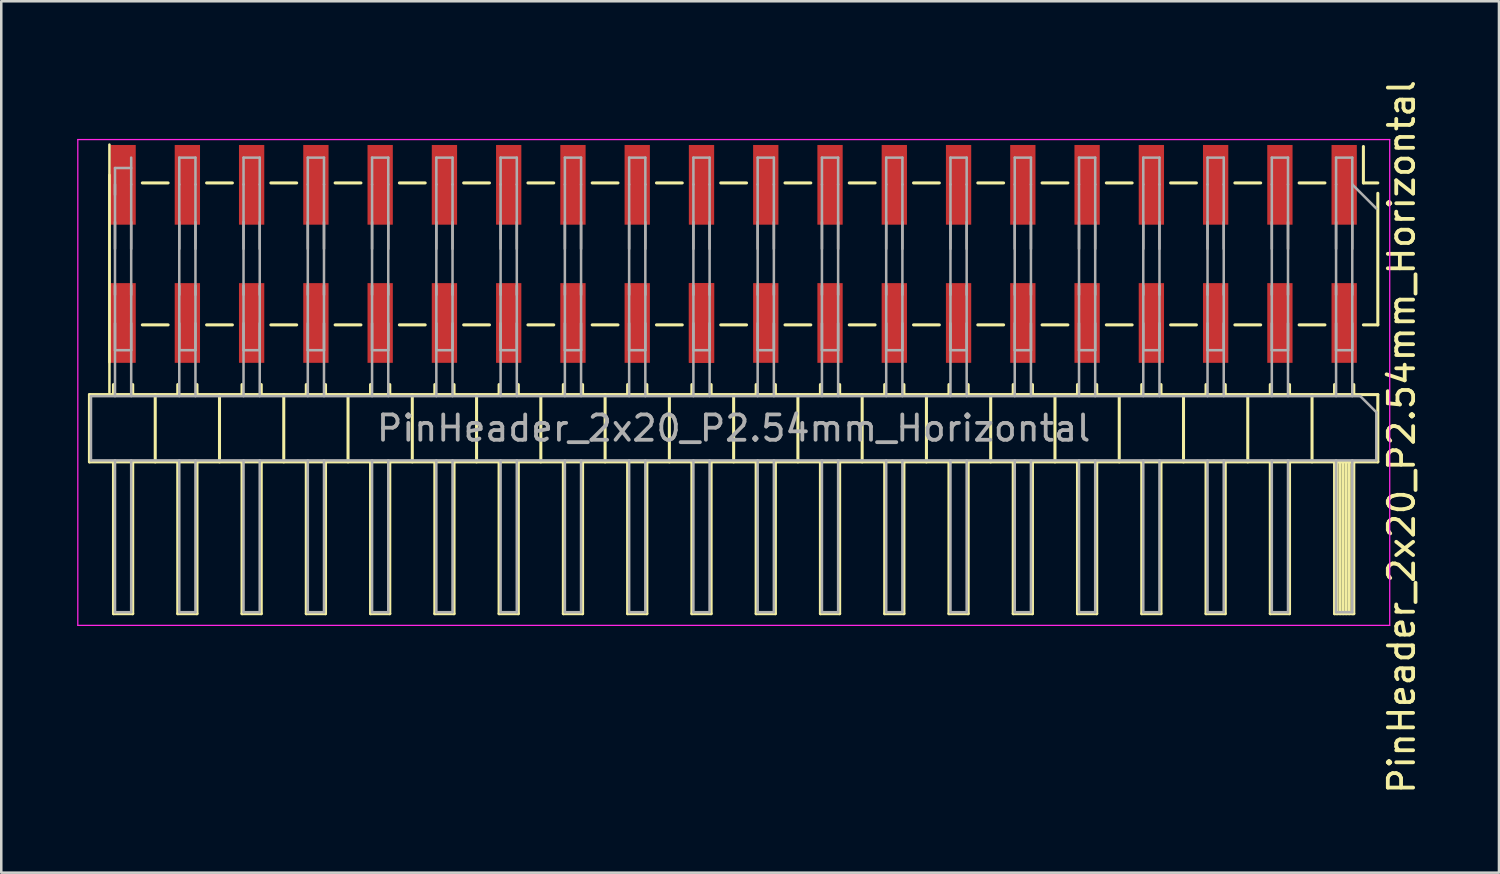
<source format=kicad_pcb>
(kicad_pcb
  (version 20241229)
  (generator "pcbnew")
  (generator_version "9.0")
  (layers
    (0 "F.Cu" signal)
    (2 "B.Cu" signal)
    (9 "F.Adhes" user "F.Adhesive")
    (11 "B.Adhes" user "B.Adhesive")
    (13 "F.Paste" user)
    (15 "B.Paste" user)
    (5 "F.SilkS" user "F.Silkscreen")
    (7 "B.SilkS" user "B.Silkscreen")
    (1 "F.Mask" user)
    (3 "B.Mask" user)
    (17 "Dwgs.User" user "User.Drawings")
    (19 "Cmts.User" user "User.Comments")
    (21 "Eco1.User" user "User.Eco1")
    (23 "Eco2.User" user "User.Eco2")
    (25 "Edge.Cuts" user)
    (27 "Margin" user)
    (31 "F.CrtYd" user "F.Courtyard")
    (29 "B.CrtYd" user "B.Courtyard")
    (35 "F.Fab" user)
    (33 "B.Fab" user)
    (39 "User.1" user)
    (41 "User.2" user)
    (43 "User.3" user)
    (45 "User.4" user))
  (footprint "PinHeader_2x20_P2.54mm_Horizontal"
    (layer "F.Cu")
    (at 25.945 13.076)
    (property "Reference" "PinHeader_2x20_P2.54mm_Horizontal" (at 26.4 1.144 270) (layer "F.SilkS") (effects (font (size 1 1) (thickness 0.15))))
    (attr through_hole)
    (fp_line (start -25.46 -0.531) (end -25.46 2.129) (stroke (width 0.12) (type solid)) (layer "F.SilkS"))
    (fp_line (start -25.46 2.129) (end 25.46 2.129) (stroke (width 0.12) (type solid)) (layer "F.SilkS"))
    (fp_line (start -24.67 -1.811) (end -24.67 -10.411) (stroke (width 0.1) (type default)) (layer "F.SilkS"))
    (fp_line (start -24.67 -0.611) (end -24.67 -9.211) (stroke (width 0.1) (type default)) (layer "F.SilkS"))
    (fp_line (start -24.51 -0.928) (end -24.51 -0.531) (stroke (width 0.12) (type solid)) (layer "F.SilkS"))
    (fp_line (start -24.51 8.129) (end -24.51 2.129) (stroke (width 0.12) (type solid)) (layer "F.SilkS"))
    (fp_line (start -23.75 -0.928) (end -23.75 -0.531) (stroke (width 0.12) (type solid)) (layer "F.SilkS"))
    (fp_line (start -23.75 2.129) (end -23.75 8.129) (stroke (width 0.12) (type solid)) (layer "F.SilkS"))
    (fp_line (start -23.75 8.129) (end -24.51 8.129) (stroke (width 0.12) (type solid)) (layer "F.SilkS"))
    (fp_line (start -22.86 -0.531) (end -22.86 2.129) (stroke (width 0.12) (type solid)) (layer "F.SilkS"))
    (fp_line (start -22.35 -8.896) (end -23.37 -8.896) (stroke (width 0.12) (type solid)) (layer "F.SilkS"))
    (fp_line (start -22.35 -3.286) (end -23.37 -3.286) (stroke (width 0.12) (type solid)) (layer "F.SilkS"))
    (fp_line (start -21.97 -0.928) (end -21.97 -0.531) (stroke (width 0.12) (type solid)) (layer "F.SilkS"))
    (fp_line (start -21.97 8.129) (end -21.97 2.129) (stroke (width 0.12) (type solid)) (layer "F.SilkS"))
    (fp_line (start -21.21 -0.928) (end -21.21 -0.531) (stroke (width 0.12) (type solid)) (layer "F.SilkS"))
    (fp_line (start -21.21 2.129) (end -21.21 8.129) (stroke (width 0.12) (type solid)) (layer "F.SilkS"))
    (fp_line (start -21.21 8.129) (end -21.97 8.129) (stroke (width 0.12) (type solid)) (layer "F.SilkS"))
    (fp_line (start -20.32 -0.531) (end -20.32 2.129) (stroke (width 0.12) (type solid)) (layer "F.SilkS"))
    (fp_line (start -19.81 -8.896) (end -20.83 -8.896) (stroke (width 0.12) (type solid)) (layer "F.SilkS"))
    (fp_line (start -19.81 -3.286) (end -20.83 -3.286) (stroke (width 0.12) (type solid)) (layer "F.SilkS"))
    (fp_line (start -19.43 -0.928) (end -19.43 -0.531) (stroke (width 0.12) (type solid)) (layer "F.SilkS"))
    (fp_line (start -19.43 8.129) (end -19.43 2.129) (stroke (width 0.12) (type solid)) (layer "F.SilkS"))
    (fp_line (start -18.67 -0.928) (end -18.67 -0.531) (stroke (width 0.12) (type solid)) (layer "F.SilkS"))
    (fp_line (start -18.67 2.129) (end -18.67 8.129) (stroke (width 0.12) (type solid)) (layer "F.SilkS"))
    (fp_line (start -18.67 8.129) (end -19.43 8.129) (stroke (width 0.12) (type solid)) (layer "F.SilkS"))
    (fp_line (start -17.78 -0.531) (end -17.78 2.129) (stroke (width 0.12) (type solid)) (layer "F.SilkS"))
    (fp_line (start -17.27 -8.896) (end -18.29 -8.896) (stroke (width 0.12) (type solid)) (layer "F.SilkS"))
    (fp_line (start -17.27 -3.286) (end -18.29 -3.286) (stroke (width 0.12) (type solid)) (layer "F.SilkS"))
    (fp_line (start -16.89 -0.928) (end -16.89 -0.531) (stroke (width 0.12) (type solid)) (layer "F.SilkS"))
    (fp_line (start -16.89 8.129) (end -16.89 2.129) (stroke (width 0.12) (type solid)) (layer "F.SilkS"))
    (fp_line (start -16.13 -0.928) (end -16.13 -0.531) (stroke (width 0.12) (type solid)) (layer "F.SilkS"))
    (fp_line (start -16.13 2.129) (end -16.13 8.129) (stroke (width 0.12) (type solid)) (layer "F.SilkS"))
    (fp_line (start -16.13 8.129) (end -16.89 8.129) (stroke (width 0.12) (type solid)) (layer "F.SilkS"))
    (fp_line (start -15.24 -0.531) (end -15.24 2.129) (stroke (width 0.12) (type solid)) (layer "F.SilkS"))
    (fp_line (start -14.73 -8.896) (end -15.75 -8.896) (stroke (width 0.12) (type solid)) (layer "F.SilkS"))
    (fp_line (start -14.73 -3.286) (end -15.75 -3.286) (stroke (width 0.12) (type solid)) (layer "F.SilkS"))
    (fp_line (start -14.35 -0.928) (end -14.35 -0.531) (stroke (width 0.12) (type solid)) (layer "F.SilkS"))
    (fp_line (start -14.35 8.129) (end -14.35 2.129) (stroke (width 0.12) (type solid)) (layer "F.SilkS"))
    (fp_line (start -13.59 -0.928) (end -13.59 -0.531) (stroke (width 0.12) (type solid)) (layer "F.SilkS"))
    (fp_line (start -13.59 2.129) (end -13.59 8.129) (stroke (width 0.12) (type solid)) (layer "F.SilkS"))
    (fp_line (start -13.59 8.129) (end -14.35 8.129) (stroke (width 0.12) (type solid)) (layer "F.SilkS"))
    (fp_line (start -12.7 -0.531) (end -12.7 2.129) (stroke (width 0.12) (type solid)) (layer "F.SilkS"))
    (fp_line (start -12.19 -8.896) (end -13.21 -8.896) (stroke (width 0.12) (type solid)) (layer "F.SilkS"))
    (fp_line (start -12.19 -3.286) (end -13.21 -3.286) (stroke (width 0.12) (type solid)) (layer "F.SilkS"))
    (fp_line (start -11.81 -0.928) (end -11.81 -0.531) (stroke (width 0.12) (type solid)) (layer "F.SilkS"))
    (fp_line (start -11.81 8.129) (end -11.81 2.129) (stroke (width 0.12) (type solid)) (layer "F.SilkS"))
    (fp_line (start -11.05 -0.928) (end -11.05 -0.531) (stroke (width 0.12) (type solid)) (layer "F.SilkS"))
    (fp_line (start -11.05 2.129) (end -11.05 8.129) (stroke (width 0.12) (type solid)) (layer "F.SilkS"))
    (fp_line (start -11.05 8.129) (end -11.81 8.129) (stroke (width 0.12) (type solid)) (layer "F.SilkS"))
    (fp_line (start -10.16 -0.531) (end -10.16 2.129) (stroke (width 0.12) (type solid)) (layer "F.SilkS"))
    (fp_line (start -9.65 -8.896) (end -10.67 -8.896) (stroke (width 0.12) (type solid)) (layer "F.SilkS"))
    (fp_line (start -9.65 -3.286) (end -10.67 -3.286) (stroke (width 0.12) (type solid)) (layer "F.SilkS"))
    (fp_line (start -9.27 -0.928) (end -9.27 -0.531) (stroke (width 0.12) (type solid)) (layer "F.SilkS"))
    (fp_line (start -9.27 8.129) (end -9.27 2.129) (stroke (width 0.12) (type solid)) (layer "F.SilkS"))
    (fp_line (start -8.51 -0.928) (end -8.51 -0.531) (stroke (width 0.12) (type solid)) (layer "F.SilkS"))
    (fp_line (start -8.51 2.129) (end -8.51 8.129) (stroke (width 0.12) (type solid)) (layer "F.SilkS"))
    (fp_line (start -8.51 8.129) (end -9.27 8.129) (stroke (width 0.12) (type solid)) (layer "F.SilkS"))
    (fp_line (start -7.62 -0.531) (end -7.62 2.129) (stroke (width 0.12) (type solid)) (layer "F.SilkS"))
    (fp_line (start -7.11 -8.896) (end -8.13 -8.896) (stroke (width 0.12) (type solid)) (layer "F.SilkS"))
    (fp_line (start -7.11 -3.286) (end -8.13 -3.286) (stroke (width 0.12) (type solid)) (layer "F.SilkS"))
    (fp_line (start -6.73 -0.928) (end -6.73 -0.531) (stroke (width 0.12) (type solid)) (layer "F.SilkS"))
    (fp_line (start -6.73 8.129) (end -6.73 2.129) (stroke (width 0.12) (type solid)) (layer "F.SilkS"))
    (fp_line (start -5.97 -0.928) (end -5.97 -0.531) (stroke (width 0.12) (type solid)) (layer "F.SilkS"))
    (fp_line (start -5.97 2.129) (end -5.97 8.129) (stroke (width 0.12) (type solid)) (layer "F.SilkS"))
    (fp_line (start -5.97 8.129) (end -6.73 8.129) (stroke (width 0.12) (type solid)) (layer "F.SilkS"))
    (fp_line (start -5.08 -0.531) (end -5.08 2.129) (stroke (width 0.12) (type solid)) (layer "F.SilkS"))
    (fp_line (start -4.57 -8.896) (end -5.59 -8.896) (stroke (width 0.12) (type solid)) (layer "F.SilkS"))
    (fp_line (start -4.57 -3.286) (end -5.59 -3.286) (stroke (width 0.12) (type solid)) (layer "F.SilkS"))
    (fp_line (start -4.19 -0.928) (end -4.19 -0.531) (stroke (width 0.12) (type solid)) (layer "F.SilkS"))
    (fp_line (start -4.19 8.129) (end -4.19 2.129) (stroke (width 0.12) (type solid)) (layer "F.SilkS"))
    (fp_line (start -3.43 -0.928) (end -3.43 -0.531) (stroke (width 0.12) (type solid)) (layer "F.SilkS"))
    (fp_line (start -3.43 2.129) (end -3.43 8.129) (stroke (width 0.12) (type solid)) (layer "F.SilkS"))
    (fp_line (start -3.43 8.129) (end -4.19 8.129) (stroke (width 0.12) (type solid)) (layer "F.SilkS"))
    (fp_line (start -2.54 -0.531) (end -2.54 2.129) (stroke (width 0.12) (type solid)) (layer "F.SilkS"))
    (fp_line (start -2.03 -8.896) (end -3.05 -8.896) (stroke (width 0.12) (type solid)) (layer "F.SilkS"))
    (fp_line (start -2.03 -3.286) (end -3.05 -3.286) (stroke (width 0.12) (type solid)) (layer "F.SilkS"))
    (fp_line (start -1.65 -0.928) (end -1.65 -0.531) (stroke (width 0.12) (type solid)) (layer "F.SilkS"))
    (fp_line (start -1.65 8.129) (end -1.65 2.129) (stroke (width 0.12) (type solid)) (layer "F.SilkS"))
    (fp_line (start -0.89 -0.928) (end -0.89 -0.531) (stroke (width 0.12) (type solid)) (layer "F.SilkS"))
    (fp_line (start -0.89 2.129) (end -0.89 8.129) (stroke (width 0.12) (type solid)) (layer "F.SilkS"))
    (fp_line (start -0.89 8.129) (end -1.65 8.129) (stroke (width 0.12) (type solid)) (layer "F.SilkS"))
    (fp_line (start 0 -0.531) (end 0 2.129) (stroke (width 0.12) (type solid)) (layer "F.SilkS"))
    (fp_line (start 0.51 -8.896) (end -0.51 -8.896) (stroke (width 0.12) (type solid)) (layer "F.SilkS"))
    (fp_line (start 0.51 -3.286) (end -0.51 -3.286) (stroke (width 0.12) (type solid)) (layer "F.SilkS"))
    (fp_line (start 0.89 -0.928) (end 0.89 -0.531) (stroke (width 0.12) (type solid)) (layer "F.SilkS"))
    (fp_line (start 0.89 8.129) (end 0.89 2.129) (stroke (width 0.12) (type solid)) (layer "F.SilkS"))
    (fp_line (start 1.65 -0.928) (end 1.65 -0.531) (stroke (width 0.12) (type solid)) (layer "F.SilkS"))
    (fp_line (start 1.65 2.129) (end 1.65 8.129) (stroke (width 0.12) (type solid)) (layer "F.SilkS"))
    (fp_line (start 1.65 8.129) (end 0.89 8.129) (stroke (width 0.12) (type solid)) (layer "F.SilkS"))
    (fp_line (start 2.54 -0.531) (end 2.54 2.129) (stroke (width 0.12) (type solid)) (layer "F.SilkS"))
    (fp_line (start 3.05 -8.896) (end 2.03 -8.896) (stroke (width 0.12) (type solid)) (layer "F.SilkS"))
    (fp_line (start 3.05 -3.286) (end 2.03 -3.286) (stroke (width 0.12) (type solid)) (layer "F.SilkS"))
    (fp_line (start 3.43 -0.928) (end 3.43 -0.531) (stroke (width 0.12) (type solid)) (layer "F.SilkS"))
    (fp_line (start 3.43 8.129) (end 3.43 2.129) (stroke (width 0.12) (type solid)) (layer "F.SilkS"))
    (fp_line (start 4.19 -0.928) (end 4.19 -0.531) (stroke (width 0.12) (type solid)) (layer "F.SilkS"))
    (fp_line (start 4.19 2.129) (end 4.19 8.129) (stroke (width 0.12) (type solid)) (layer "F.SilkS"))
    (fp_line (start 4.19 8.129) (end 3.43 8.129) (stroke (width 0.12) (type solid)) (layer "F.SilkS"))
    (fp_line (start 5.08 -0.531) (end 5.08 2.129) (stroke (width 0.12) (type solid)) (layer "F.SilkS"))
    (fp_line (start 5.59 -8.896) (end 4.57 -8.896) (stroke (width 0.12) (type solid)) (layer "F.SilkS"))
    (fp_line (start 5.59 -3.286) (end 4.57 -3.286) (stroke (width 0.12) (type solid)) (layer "F.SilkS"))
    (fp_line (start 5.97 -0.928) (end 5.97 -0.531) (stroke (width 0.12) (type solid)) (layer "F.SilkS"))
    (fp_line (start 5.97 8.129) (end 5.97 2.129) (stroke (width 0.12) (type solid)) (layer "F.SilkS"))
    (fp_line (start 6.73 -0.928) (end 6.73 -0.531) (stroke (width 0.12) (type solid)) (layer "F.SilkS"))
    (fp_line (start 6.73 2.129) (end 6.73 8.129) (stroke (width 0.12) (type solid)) (layer "F.SilkS"))
    (fp_line (start 6.73 8.129) (end 5.97 8.129) (stroke (width 0.12) (type solid)) (layer "F.SilkS"))
    (fp_line (start 7.62 -0.531) (end 7.62 2.129) (stroke (width 0.12) (type solid)) (layer "F.SilkS"))
    (fp_line (start 8.13 -8.896) (end 7.11 -8.896) (stroke (width 0.12) (type solid)) (layer "F.SilkS"))
    (fp_line (start 8.13 -3.286) (end 7.11 -3.286) (stroke (width 0.12) (type solid)) (layer "F.SilkS"))
    (fp_line (start 8.51 -0.928) (end 8.51 -0.531) (stroke (width 0.12) (type solid)) (layer "F.SilkS"))
    (fp_line (start 8.51 8.129) (end 8.51 2.129) (stroke (width 0.12) (type solid)) (layer "F.SilkS"))
    (fp_line (start 9.27 -0.928) (end 9.27 -0.531) (stroke (width 0.12) (type solid)) (layer "F.SilkS"))
    (fp_line (start 9.27 2.129) (end 9.27 8.129) (stroke (width 0.12) (type solid)) (layer "F.SilkS"))
    (fp_line (start 9.27 8.129) (end 8.51 8.129) (stroke (width 0.12) (type solid)) (layer "F.SilkS"))
    (fp_line (start 10.16 -0.531) (end 10.16 2.129) (stroke (width 0.12) (type solid)) (layer "F.SilkS"))
    (fp_line (start 10.67 -8.896) (end 9.65 -8.896) (stroke (width 0.12) (type solid)) (layer "F.SilkS"))
    (fp_line (start 10.67 -3.286) (end 9.65 -3.286) (stroke (width 0.12) (type solid)) (layer "F.SilkS"))
    (fp_line (start 11.05 -0.928) (end 11.05 -0.531) (stroke (width 0.12) (type solid)) (layer "F.SilkS"))
    (fp_line (start 11.05 8.129) (end 11.05 2.129) (stroke (width 0.12) (type solid)) (layer "F.SilkS"))
    (fp_line (start 11.81 -0.928) (end 11.81 -0.531) (stroke (width 0.12) (type solid)) (layer "F.SilkS"))
    (fp_line (start 11.81 2.129) (end 11.81 8.129) (stroke (width 0.12) (type solid)) (layer "F.SilkS"))
    (fp_line (start 11.81 8.129) (end 11.05 8.129) (stroke (width 0.12) (type solid)) (layer "F.SilkS"))
    (fp_line (start 12.7 -0.531) (end 12.7 2.129) (stroke (width 0.12) (type solid)) (layer "F.SilkS"))
    (fp_line (start 13.21 -8.896) (end 12.19 -8.896) (stroke (width 0.12) (type solid)) (layer "F.SilkS"))
    (fp_line (start 13.21 -3.286) (end 12.19 -3.286) (stroke (width 0.12) (type solid)) (layer "F.SilkS"))
    (fp_line (start 13.59 -0.928) (end 13.59 -0.531) (stroke (width 0.12) (type solid)) (layer "F.SilkS"))
    (fp_line (start 13.59 8.129) (end 13.59 2.129) (stroke (width 0.12) (type solid)) (layer "F.SilkS"))
    (fp_line (start 14.35 -0.928) (end 14.35 -0.531) (stroke (width 0.12) (type solid)) (layer "F.SilkS"))
    (fp_line (start 14.35 2.129) (end 14.35 8.129) (stroke (width 0.12) (type solid)) (layer "F.SilkS"))
    (fp_line (start 14.35 8.129) (end 13.59 8.129) (stroke (width 0.12) (type solid)) (layer "F.SilkS"))
    (fp_line (start 15.24 -0.531) (end 15.24 2.129) (stroke (width 0.12) (type solid)) (layer "F.SilkS"))
    (fp_line (start 15.75 -8.896) (end 14.73 -8.896) (stroke (width 0.12) (type solid)) (layer "F.SilkS"))
    (fp_line (start 15.75 -3.286) (end 14.73 -3.286) (stroke (width 0.12) (type solid)) (layer "F.SilkS"))
    (fp_line (start 16.13 -0.928) (end 16.13 -0.531) (stroke (width 0.12) (type solid)) (layer "F.SilkS"))
    (fp_line (start 16.13 8.129) (end 16.13 2.129) (stroke (width 0.12) (type solid)) (layer "F.SilkS"))
    (fp_line (start 16.89 -0.928) (end 16.89 -0.531) (stroke (width 0.12) (type solid)) (layer "F.SilkS"))
    (fp_line (start 16.89 2.129) (end 16.89 8.129) (stroke (width 0.12) (type solid)) (layer "F.SilkS"))
    (fp_line (start 16.89 8.129) (end 16.13 8.129) (stroke (width 0.12) (type solid)) (layer "F.SilkS"))
    (fp_line (start 17.78 -0.531) (end 17.78 2.129) (stroke (width 0.12) (type solid)) (layer "F.SilkS"))
    (fp_line (start 18.29 -8.896) (end 17.27 -8.896) (stroke (width 0.12) (type solid)) (layer "F.SilkS"))
    (fp_line (start 18.29 -3.286) (end 17.27 -3.286) (stroke (width 0.12) (type solid)) (layer "F.SilkS"))
    (fp_line (start 18.67 -0.928) (end 18.67 -0.531) (stroke (width 0.12) (type solid)) (layer "F.SilkS"))
    (fp_line (start 18.67 8.129) (end 18.67 2.129) (stroke (width 0.12) (type solid)) (layer "F.SilkS"))
    (fp_line (start 19.43 -0.928) (end 19.43 -0.531) (stroke (width 0.12) (type solid)) (layer "F.SilkS"))
    (fp_line (start 19.43 2.129) (end 19.43 8.129) (stroke (width 0.12) (type solid)) (layer "F.SilkS"))
    (fp_line (start 19.43 8.129) (end 18.67 8.129) (stroke (width 0.12) (type solid)) (layer "F.SilkS"))
    (fp_line (start 20.32 -0.531) (end 20.32 2.129) (stroke (width 0.12) (type solid)) (layer "F.SilkS"))
    (fp_line (start 20.83 -8.896) (end 19.81 -8.896) (stroke (width 0.12) (type solid)) (layer "F.SilkS"))
    (fp_line (start 20.83 -3.286) (end 19.81 -3.286) (stroke (width 0.12) (type solid)) (layer "F.SilkS"))
    (fp_line (start 21.21 -0.928) (end 21.21 -0.531) (stroke (width 0.12) (type solid)) (layer "F.SilkS"))
    (fp_line (start 21.21 8.129) (end 21.21 2.129) (stroke (width 0.12) (type solid)) (layer "F.SilkS"))
    (fp_line (start 21.97 -0.928) (end 21.97 -0.531) (stroke (width 0.12) (type solid)) (layer "F.SilkS"))
    (fp_line (start 21.97 2.129) (end 21.97 8.129) (stroke (width 0.12) (type solid)) (layer "F.SilkS"))
    (fp_line (start 21.97 8.129) (end 21.21 8.129) (stroke (width 0.12) (type solid)) (layer "F.SilkS"))
    (fp_line (start 22.86 -0.531) (end 22.86 2.129) (stroke (width 0.12) (type solid)) (layer "F.SilkS"))
    (fp_line (start 23.37 -8.896) (end 22.35 -8.896) (stroke (width 0.12) (type solid)) (layer "F.SilkS"))
    (fp_line (start 23.37 -3.286) (end 22.35 -3.286) (stroke (width 0.12) (type solid)) (layer "F.SilkS"))
    (fp_line (start 23.75 -0.928) (end 23.75 -0.531) (stroke (width 0.12) (type solid)) (layer "F.SilkS"))
    (fp_line (start 23.75 8.129) (end 23.75 2.129) (stroke (width 0.12) (type solid)) (layer "F.SilkS"))
    (fp_line (start 23.85 2.129) (end 23.85 8.129) (stroke (width 0.12) (type solid)) (layer "F.SilkS"))
    (fp_line (start 23.97 2.129) (end 23.97 8.129) (stroke (width 0.12) (type solid)) (layer "F.SilkS"))
    (fp_line (start 24.09 2.129) (end 24.09 8.129) (stroke (width 0.12) (type solid)) (layer "F.SilkS"))
    (fp_line (start 24.21 2.129) (end 24.21 8.129) (stroke (width 0.12) (type solid)) (layer "F.SilkS"))
    (fp_line (start 24.33 2.129) (end 24.33 8.129) (stroke (width 0.12) (type solid)) (layer "F.SilkS"))
    (fp_line (start 24.45 2.129) (end 24.45 8.129) (stroke (width 0.12) (type solid)) (layer "F.SilkS"))
    (fp_line (start 24.51 -0.928) (end 24.51 -0.531) (stroke (width 0.12) (type solid)) (layer "F.SilkS"))
    (fp_line (start 24.51 2.129) (end 24.51 8.129) (stroke (width 0.12) (type solid)) (layer "F.SilkS"))
    (fp_line (start 24.51 8.129) (end 23.75 8.129) (stroke (width 0.12) (type solid)) (layer "F.SilkS"))
    (fp_line (start 24.89 -10.336) (end 24.89 -8.896) (stroke (width 0.12) (type solid)) (layer "F.SilkS"))
    (fp_line (start 25.46 -8.896) (end 24.89 -8.896) (stroke (width 0.12) (type solid)) (layer "F.SilkS"))
    (fp_line (start 25.46 -8.486) (end 25.46 -3.286) (stroke (width 0.12) (type solid)) (layer "F.SilkS"))
    (fp_line (start 25.46 -3.286) (end 24.89 -3.286) (stroke (width 0.12) (type solid)) (layer "F.SilkS"))
    (fp_line (start 25.46 -0.531) (end -25.46 -0.531) (stroke (width 0.12) (type solid)) (layer "F.SilkS"))
    (fp_line (start 25.46 2.129) (end 25.46 -0.531) (stroke (width 0.12) (type solid)) (layer "F.SilkS"))
    (fp_line (start -25.92 -10.611) (end -25.92 8.589) (stroke (width 0.05) (type solid)) (layer "F.CrtYd"))
    (fp_line (start -25.92 8.589) (end 25.93 8.589) (stroke (width 0.05) (type solid)) (layer "F.CrtYd"))
    (fp_line (start 25.93 -10.611) (end -25.92 -10.611) (stroke (width 0.05) (type solid)) (layer "F.CrtYd"))
    (fp_line (start 25.93 8.589) (end 25.93 -10.611) (stroke (width 0.05) (type solid)) (layer "F.CrtYd"))
    (fp_line (start -25.4 -0.471) (end 24.765 -0.471) (stroke (width 0.1) (type solid)) (layer "F.Fab"))
    (fp_line (start -25.4 2.069) (end -25.4 -0.471) (stroke (width 0.1) (type solid)) (layer "F.Fab"))
    (fp_line (start -24.45 -9.486) (end -24.45 -8.426) (stroke (width 0.1) (type solid)) (layer "F.Fab"))
    (fp_line (start -24.45 -8.836) (end -24.45 -4.476) (stroke (width 0.1) (type solid)) (layer "F.Fab"))
    (fp_line (start -24.45 -6.291) (end -24.45 -7.351) (stroke (width 0.1) (type solid)) (layer "F.Fab"))
    (fp_line (start -24.45 -4.831) (end -24.45 -0.471) (stroke (width 0.1) (type solid)) (layer "F.Fab"))
    (fp_line (start -24.45 -2.286) (end -24.45 -3.346) (stroke (width 0.1) (type solid)) (layer "F.Fab"))
    (fp_line (start -24.45 2.069) (end -24.45 8.069) (stroke (width 0.1) (type solid)) (layer "F.Fab"))
    (fp_line (start -23.81 -9.486) (end -24.45 -9.486) (stroke (width 0.1) (type solid)) (layer "F.Fab"))
    (fp_line (start -23.81 -8.836) (end -23.81 -9.896) (stroke (width 0.1) (type solid)) (layer "F.Fab"))
    (fp_line (start -23.81 -8.836) (end -23.81 -4.476) (stroke (width 0.1) (type solid)) (layer "F.Fab"))
    (fp_line (start -23.81 -7.351) (end -23.81 -6.291) (stroke (width 0.1) (type solid)) (layer "F.Fab"))
    (fp_line (start -23.81 -4.831) (end -23.81 -0.471) (stroke (width 0.1) (type solid)) (layer "F.Fab"))
    (fp_line (start -23.81 -3.346) (end -23.81 -2.286) (stroke (width 0.1) (type solid)) (layer "F.Fab"))
    (fp_line (start -23.81 -2.286) (end -24.45 -2.286) (stroke (width 0.1) (type solid)) (layer "F.Fab"))
    (fp_line (start -23.81 2.069) (end -23.81 8.069) (stroke (width 0.1) (type solid)) (layer "F.Fab"))
    (fp_line (start -23.81 8.069) (end -24.45 8.069) (stroke (width 0.1) (type solid)) (layer "F.Fab"))
    (fp_line (start -21.91 -9.896) (end -21.91 -8.836) (stroke (width 0.1) (type solid)) (layer "F.Fab"))
    (fp_line (start -21.91 -8.836) (end -21.91 -4.476) (stroke (width 0.1) (type solid)) (layer "F.Fab"))
    (fp_line (start -21.91 -6.291) (end -21.91 -7.351) (stroke (width 0.1) (type solid)) (layer "F.Fab"))
    (fp_line (start -21.91 -4.831) (end -21.91 -0.471) (stroke (width 0.1) (type solid)) (layer "F.Fab"))
    (fp_line (start -21.91 -2.286) (end -21.91 -3.346) (stroke (width 0.1) (type solid)) (layer "F.Fab"))
    (fp_line (start -21.91 2.069) (end -21.91 8.069) (stroke (width 0.1) (type solid)) (layer "F.Fab"))
    (fp_line (start -21.27 -9.896) (end -21.91 -9.896) (stroke (width 0.1) (type solid)) (layer "F.Fab"))
    (fp_line (start -21.27 -8.836) (end -21.27 -9.896) (stroke (width 0.1) (type solid)) (layer "F.Fab"))
    (fp_line (start -21.27 -8.836) (end -21.27 -4.476) (stroke (width 0.1) (type solid)) (layer "F.Fab"))
    (fp_line (start -21.27 -7.351) (end -21.27 -6.291) (stroke (width 0.1) (type solid)) (layer "F.Fab"))
    (fp_line (start -21.27 -4.831) (end -21.27 -0.471) (stroke (width 0.1) (type solid)) (layer "F.Fab"))
    (fp_line (start -21.27 -3.346) (end -21.27 -2.286) (stroke (width 0.1) (type solid)) (layer "F.Fab"))
    (fp_line (start -21.27 -2.286) (end -21.91 -2.286) (stroke (width 0.1) (type solid)) (layer "F.Fab"))
    (fp_line (start -21.27 2.069) (end -21.27 8.069) (stroke (width 0.1) (type solid)) (layer "F.Fab"))
    (fp_line (start -21.27 8.069) (end -21.91 8.069) (stroke (width 0.1) (type solid)) (layer "F.Fab"))
    (fp_line (start -19.37 -9.896) (end -19.37 -8.836) (stroke (width 0.1) (type solid)) (layer "F.Fab"))
    (fp_line (start -19.37 -8.836) (end -19.37 -4.476) (stroke (width 0.1) (type solid)) (layer "F.Fab"))
    (fp_line (start -19.37 -6.291) (end -19.37 -7.351) (stroke (width 0.1) (type solid)) (layer "F.Fab"))
    (fp_line (start -19.37 -4.831) (end -19.37 -0.471) (stroke (width 0.1) (type solid)) (layer "F.Fab"))
    (fp_line (start -19.37 -2.286) (end -19.37 -3.346) (stroke (width 0.1) (type solid)) (layer "F.Fab"))
    (fp_line (start -19.37 2.069) (end -19.37 8.069) (stroke (width 0.1) (type solid)) (layer "F.Fab"))
    (fp_line (start -18.73 -9.896) (end -19.37 -9.896) (stroke (width 0.1) (type solid)) (layer "F.Fab"))
    (fp_line (start -18.73 -8.836) (end -18.73 -9.896) (stroke (width 0.1) (type solid)) (layer "F.Fab"))
    (fp_line (start -18.73 -8.836) (end -18.73 -4.476) (stroke (width 0.1) (type solid)) (layer "F.Fab"))
    (fp_line (start -18.73 -7.351) (end -18.73 -6.291) (stroke (width 0.1) (type solid)) (layer "F.Fab"))
    (fp_line (start -18.73 -4.831) (end -18.73 -0.471) (stroke (width 0.1) (type solid)) (layer "F.Fab"))
    (fp_line (start -18.73 -3.346) (end -18.73 -2.286) (stroke (width 0.1) (type solid)) (layer "F.Fab"))
    (fp_line (start -18.73 -2.286) (end -19.37 -2.286) (stroke (width 0.1) (type solid)) (layer "F.Fab"))
    (fp_line (start -18.73 2.069) (end -18.73 8.069) (stroke (width 0.1) (type solid)) (layer "F.Fab"))
    (fp_line (start -18.73 8.069) (end -19.37 8.069) (stroke (width 0.1) (type solid)) (layer "F.Fab"))
    (fp_line (start -16.83 -9.896) (end -16.83 -8.836) (stroke (width 0.1) (type solid)) (layer "F.Fab"))
    (fp_line (start -16.83 -8.836) (end -16.83 -4.476) (stroke (width 0.1) (type solid)) (layer "F.Fab"))
    (fp_line (start -16.83 -6.291) (end -16.83 -7.351) (stroke (width 0.1) (type solid)) (layer "F.Fab"))
    (fp_line (start -16.83 -4.831) (end -16.83 -0.471) (stroke (width 0.1) (type solid)) (layer "F.Fab"))
    (fp_line (start -16.83 -2.286) (end -16.83 -3.346) (stroke (width 0.1) (type solid)) (layer "F.Fab"))
    (fp_line (start -16.83 2.069) (end -16.83 8.069) (stroke (width 0.1) (type solid)) (layer "F.Fab"))
    (fp_line (start -16.19 -9.896) (end -16.83 -9.896) (stroke (width 0.1) (type solid)) (layer "F.Fab"))
    (fp_line (start -16.19 -8.836) (end -16.19 -9.896) (stroke (width 0.1) (type solid)) (layer "F.Fab"))
    (fp_line (start -16.19 -8.836) (end -16.19 -4.476) (stroke (width 0.1) (type solid)) (layer "F.Fab"))
    (fp_line (start -16.19 -7.351) (end -16.19 -6.291) (stroke (width 0.1) (type solid)) (layer "F.Fab"))
    (fp_line (start -16.19 -4.831) (end -16.19 -0.471) (stroke (width 0.1) (type solid)) (layer "F.Fab"))
    (fp_line (start -16.19 -3.346) (end -16.19 -2.286) (stroke (width 0.1) (type solid)) (layer "F.Fab"))
    (fp_line (start -16.19 -2.286) (end -16.83 -2.286) (stroke (width 0.1) (type solid)) (layer "F.Fab"))
    (fp_line (start -16.19 2.069) (end -16.19 8.069) (stroke (width 0.1) (type solid)) (layer "F.Fab"))
    (fp_line (start -16.19 8.069) (end -16.83 8.069) (stroke (width 0.1) (type solid)) (layer "F.Fab"))
    (fp_line (start -14.29 -9.896) (end -14.29 -8.836) (stroke (width 0.1) (type solid)) (layer "F.Fab"))
    (fp_line (start -14.29 -8.836) (end -14.29 -4.476) (stroke (width 0.1) (type solid)) (layer "F.Fab"))
    (fp_line (start -14.29 -6.291) (end -14.29 -7.351) (stroke (width 0.1) (type solid)) (layer "F.Fab"))
    (fp_line (start -14.29 -4.831) (end -14.29 -0.471) (stroke (width 0.1) (type solid)) (layer "F.Fab"))
    (fp_line (start -14.29 -2.286) (end -14.29 -3.346) (stroke (width 0.1) (type solid)) (layer "F.Fab"))
    (fp_line (start -14.29 2.069) (end -14.29 8.069) (stroke (width 0.1) (type solid)) (layer "F.Fab"))
    (fp_line (start -13.65 -9.896) (end -14.29 -9.896) (stroke (width 0.1) (type solid)) (layer "F.Fab"))
    (fp_line (start -13.65 -8.836) (end -13.65 -9.896) (stroke (width 0.1) (type solid)) (layer "F.Fab"))
    (fp_line (start -13.65 -8.836) (end -13.65 -4.476) (stroke (width 0.1) (type solid)) (layer "F.Fab"))
    (fp_line (start -13.65 -7.351) (end -13.65 -6.291) (stroke (width 0.1) (type solid)) (layer "F.Fab"))
    (fp_line (start -13.65 -4.831) (end -13.65 -0.471) (stroke (width 0.1) (type solid)) (layer "F.Fab"))
    (fp_line (start -13.65 -3.346) (end -13.65 -2.286) (stroke (width 0.1) (type solid)) (layer "F.Fab"))
    (fp_line (start -13.65 -2.286) (end -14.29 -2.286) (stroke (width 0.1) (type solid)) (layer "F.Fab"))
    (fp_line (start -13.65 2.069) (end -13.65 8.069) (stroke (width 0.1) (type solid)) (layer "F.Fab"))
    (fp_line (start -13.65 8.069) (end -14.29 8.069) (stroke (width 0.1) (type solid)) (layer "F.Fab"))
    (fp_line (start -11.75 -9.896) (end -11.75 -8.836) (stroke (width 0.1) (type solid)) (layer "F.Fab"))
    (fp_line (start -11.75 -8.836) (end -11.75 -4.476) (stroke (width 0.1) (type solid)) (layer "F.Fab"))
    (fp_line (start -11.75 -6.291) (end -11.75 -7.351) (stroke (width 0.1) (type solid)) (layer "F.Fab"))
    (fp_line (start -11.75 -4.831) (end -11.75 -0.471) (stroke (width 0.1) (type solid)) (layer "F.Fab"))
    (fp_line (start -11.75 -2.286) (end -11.75 -3.346) (stroke (width 0.1) (type solid)) (layer "F.Fab"))
    (fp_line (start -11.75 2.069) (end -11.75 8.069) (stroke (width 0.1) (type solid)) (layer "F.Fab"))
    (fp_line (start -11.11 -9.896) (end -11.75 -9.896) (stroke (width 0.1) (type solid)) (layer "F.Fab"))
    (fp_line (start -11.11 -8.836) (end -11.11 -9.896) (stroke (width 0.1) (type solid)) (layer "F.Fab"))
    (fp_line (start -11.11 -8.836) (end -11.11 -4.476) (stroke (width 0.1) (type solid)) (layer "F.Fab"))
    (fp_line (start -11.11 -7.351) (end -11.11 -6.291) (stroke (width 0.1) (type solid)) (layer "F.Fab"))
    (fp_line (start -11.11 -4.831) (end -11.11 -0.471) (stroke (width 0.1) (type solid)) (layer "F.Fab"))
    (fp_line (start -11.11 -3.346) (end -11.11 -2.286) (stroke (width 0.1) (type solid)) (layer "F.Fab"))
    (fp_line (start -11.11 -2.286) (end -11.75 -2.286) (stroke (width 0.1) (type solid)) (layer "F.Fab"))
    (fp_line (start -11.11 2.069) (end -11.11 8.069) (stroke (width 0.1) (type solid)) (layer "F.Fab"))
    (fp_line (start -11.11 8.069) (end -11.75 8.069) (stroke (width 0.1) (type solid)) (layer "F.Fab"))
    (fp_line (start -9.21 -9.896) (end -9.21 -8.836) (stroke (width 0.1) (type solid)) (layer "F.Fab"))
    (fp_line (start -9.21 -8.836) (end -9.21 -4.476) (stroke (width 0.1) (type solid)) (layer "F.Fab"))
    (fp_line (start -9.21 -6.291) (end -9.21 -7.351) (stroke (width 0.1) (type solid)) (layer "F.Fab"))
    (fp_line (start -9.21 -4.831) (end -9.21 -0.471) (stroke (width 0.1) (type solid)) (layer "F.Fab"))
    (fp_line (start -9.21 -2.286) (end -9.21 -3.346) (stroke (width 0.1) (type solid)) (layer "F.Fab"))
    (fp_line (start -9.21 2.069) (end -9.21 8.069) (stroke (width 0.1) (type solid)) (layer "F.Fab"))
    (fp_line (start -8.57 -9.896) (end -9.21 -9.896) (stroke (width 0.1) (type solid)) (layer "F.Fab"))
    (fp_line (start -8.57 -8.836) (end -8.57 -9.896) (stroke (width 0.1) (type solid)) (layer "F.Fab"))
    (fp_line (start -8.57 -8.836) (end -8.57 -4.476) (stroke (width 0.1) (type solid)) (layer "F.Fab"))
    (fp_line (start -8.57 -7.351) (end -8.57 -6.291) (stroke (width 0.1) (type solid)) (layer "F.Fab"))
    (fp_line (start -8.57 -4.831) (end -8.57 -0.471) (stroke (width 0.1) (type solid)) (layer "F.Fab"))
    (fp_line (start -8.57 -3.346) (end -8.57 -2.286) (stroke (width 0.1) (type solid)) (layer "F.Fab"))
    (fp_line (start -8.57 -2.286) (end -9.21 -2.286) (stroke (width 0.1) (type solid)) (layer "F.Fab"))
    (fp_line (start -8.57 2.069) (end -8.57 8.069) (stroke (width 0.1) (type solid)) (layer "F.Fab"))
    (fp_line (start -8.57 8.069) (end -9.21 8.069) (stroke (width 0.1) (type solid)) (layer "F.Fab"))
    (fp_line (start -6.67 -9.896) (end -6.67 -8.836) (stroke (width 0.1) (type solid)) (layer "F.Fab"))
    (fp_line (start -6.67 -8.836) (end -6.67 -4.476) (stroke (width 0.1) (type solid)) (layer "F.Fab"))
    (fp_line (start -6.67 -6.291) (end -6.67 -7.351) (stroke (width 0.1) (type solid)) (layer "F.Fab"))
    (fp_line (start -6.67 -4.831) (end -6.67 -0.471) (stroke (width 0.1) (type solid)) (layer "F.Fab"))
    (fp_line (start -6.67 -2.286) (end -6.67 -3.346) (stroke (width 0.1) (type solid)) (layer "F.Fab"))
    (fp_line (start -6.67 2.069) (end -6.67 8.069) (stroke (width 0.1) (type solid)) (layer "F.Fab"))
    (fp_line (start -6.03 -9.896) (end -6.67 -9.896) (stroke (width 0.1) (type solid)) (layer "F.Fab"))
    (fp_line (start -6.03 -8.836) (end -6.03 -9.896) (stroke (width 0.1) (type solid)) (layer "F.Fab"))
    (fp_line (start -6.03 -8.836) (end -6.03 -4.476) (stroke (width 0.1) (type solid)) (layer "F.Fab"))
    (fp_line (start -6.03 -7.351) (end -6.03 -6.291) (stroke (width 0.1) (type solid)) (layer "F.Fab"))
    (fp_line (start -6.03 -4.831) (end -6.03 -0.471) (stroke (width 0.1) (type solid)) (layer "F.Fab"))
    (fp_line (start -6.03 -3.346) (end -6.03 -2.286) (stroke (width 0.1) (type solid)) (layer "F.Fab"))
    (fp_line (start -6.03 -2.286) (end -6.67 -2.286) (stroke (width 0.1) (type solid)) (layer "F.Fab"))
    (fp_line (start -6.03 2.069) (end -6.03 8.069) (stroke (width 0.1) (type solid)) (layer "F.Fab"))
    (fp_line (start -6.03 8.069) (end -6.67 8.069) (stroke (width 0.1) (type solid)) (layer "F.Fab"))
    (fp_line (start -4.13 -9.896) (end -4.13 -8.836) (stroke (width 0.1) (type solid)) (layer "F.Fab"))
    (fp_line (start -4.13 -8.836) (end -4.13 -4.476) (stroke (width 0.1) (type solid)) (layer "F.Fab"))
    (fp_line (start -4.13 -6.291) (end -4.13 -7.351) (stroke (width 0.1) (type solid)) (layer "F.Fab"))
    (fp_line (start -4.13 -4.831) (end -4.13 -0.471) (stroke (width 0.1) (type solid)) (layer "F.Fab"))
    (fp_line (start -4.13 -2.286) (end -4.13 -3.346) (stroke (width 0.1) (type solid)) (layer "F.Fab"))
    (fp_line (start -4.13 2.069) (end -4.13 8.069) (stroke (width 0.1) (type solid)) (layer "F.Fab"))
    (fp_line (start -3.49 -9.896) (end -4.13 -9.896) (stroke (width 0.1) (type solid)) (layer "F.Fab"))
    (fp_line (start -3.49 -8.836) (end -3.49 -9.896) (stroke (width 0.1) (type solid)) (layer "F.Fab"))
    (fp_line (start -3.49 -8.836) (end -3.49 -4.476) (stroke (width 0.1) (type solid)) (layer "F.Fab"))
    (fp_line (start -3.49 -7.351) (end -3.49 -6.291) (stroke (width 0.1) (type solid)) (layer "F.Fab"))
    (fp_line (start -3.49 -4.831) (end -3.49 -0.471) (stroke (width 0.1) (type solid)) (layer "F.Fab"))
    (fp_line (start -3.49 -3.346) (end -3.49 -2.286) (stroke (width 0.1) (type solid)) (layer "F.Fab"))
    (fp_line (start -3.49 -2.286) (end -4.13 -2.286) (stroke (width 0.1) (type solid)) (layer "F.Fab"))
    (fp_line (start -3.49 2.069) (end -3.49 8.069) (stroke (width 0.1) (type solid)) (layer "F.Fab"))
    (fp_line (start -3.49 8.069) (end -4.13 8.069) (stroke (width 0.1) (type solid)) (layer "F.Fab"))
    (fp_line (start -1.59 -9.896) (end -1.59 -8.836) (stroke (width 0.1) (type solid)) (layer "F.Fab"))
    (fp_line (start -1.59 -8.836) (end -1.59 -4.476) (stroke (width 0.1) (type solid)) (layer "F.Fab"))
    (fp_line (start -1.59 -6.291) (end -1.59 -7.351) (stroke (width 0.1) (type solid)) (layer "F.Fab"))
    (fp_line (start -1.59 -4.831) (end -1.59 -0.471) (stroke (width 0.1) (type solid)) (layer "F.Fab"))
    (fp_line (start -1.59 -2.286) (end -1.59 -3.346) (stroke (width 0.1) (type solid)) (layer "F.Fab"))
    (fp_line (start -1.59 2.069) (end -1.59 8.069) (stroke (width 0.1) (type solid)) (layer "F.Fab"))
    (fp_line (start -0.95 -9.896) (end -1.59 -9.896) (stroke (width 0.1) (type solid)) (layer "F.Fab"))
    (fp_line (start -0.95 -8.836) (end -0.95 -9.896) (stroke (width 0.1) (type solid)) (layer "F.Fab"))
    (fp_line (start -0.95 -8.836) (end -0.95 -4.476) (stroke (width 0.1) (type solid)) (layer "F.Fab"))
    (fp_line (start -0.95 -7.351) (end -0.95 -6.291) (stroke (width 0.1) (type solid)) (layer "F.Fab"))
    (fp_line (start -0.95 -4.831) (end -0.95 -0.471) (stroke (width 0.1) (type solid)) (layer "F.Fab"))
    (fp_line (start -0.95 -3.346) (end -0.95 -2.286) (stroke (width 0.1) (type solid)) (layer "F.Fab"))
    (fp_line (start -0.95 -2.286) (end -1.59 -2.286) (stroke (width 0.1) (type solid)) (layer "F.Fab"))
    (fp_line (start -0.95 2.069) (end -0.95 8.069) (stroke (width 0.1) (type solid)) (layer "F.Fab"))
    (fp_line (start -0.95 8.069) (end -1.59 8.069) (stroke (width 0.1) (type solid)) (layer "F.Fab"))
    (fp_line (start 0.95 -9.896) (end 0.95 -8.836) (stroke (width 0.1) (type solid)) (layer "F.Fab"))
    (fp_line (start 0.95 -8.836) (end 0.95 -4.476) (stroke (width 0.1) (type solid)) (layer "F.Fab"))
    (fp_line (start 0.95 -6.291) (end 0.95 -7.351) (stroke (width 0.1) (type solid)) (layer "F.Fab"))
    (fp_line (start 0.95 -4.831) (end 0.95 -0.471) (stroke (width 0.1) (type solid)) (layer "F.Fab"))
    (fp_line (start 0.95 -2.286) (end 0.95 -3.346) (stroke (width 0.1) (type solid)) (layer "F.Fab"))
    (fp_line (start 0.95 2.069) (end 0.95 8.069) (stroke (width 0.1) (type solid)) (layer "F.Fab"))
    (fp_line (start 1.59 -9.896) (end 0.95 -9.896) (stroke (width 0.1) (type solid)) (layer "F.Fab"))
    (fp_line (start 1.59 -8.836) (end 1.59 -9.896) (stroke (width 0.1) (type solid)) (layer "F.Fab"))
    (fp_line (start 1.59 -8.836) (end 1.59 -4.476) (stroke (width 0.1) (type solid)) (layer "F.Fab"))
    (fp_line (start 1.59 -7.351) (end 1.59 -6.291) (stroke (width 0.1) (type solid)) (layer "F.Fab"))
    (fp_line (start 1.59 -4.831) (end 1.59 -0.471) (stroke (width 0.1) (type solid)) (layer "F.Fab"))
    (fp_line (start 1.59 -3.346) (end 1.59 -2.286) (stroke (width 0.1) (type solid)) (layer "F.Fab"))
    (fp_line (start 1.59 -2.286) (end 0.95 -2.286) (stroke (width 0.1) (type solid)) (layer "F.Fab"))
    (fp_line (start 1.59 2.069) (end 1.59 8.069) (stroke (width 0.1) (type solid)) (layer "F.Fab"))
    (fp_line (start 1.59 8.069) (end 0.95 8.069) (stroke (width 0.1) (type solid)) (layer "F.Fab"))
    (fp_line (start 3.49 -9.896) (end 3.49 -8.836) (stroke (width 0.1) (type solid)) (layer "F.Fab"))
    (fp_line (start 3.49 -8.836) (end 3.49 -4.476) (stroke (width 0.1) (type solid)) (layer "F.Fab"))
    (fp_line (start 3.49 -6.291) (end 3.49 -7.351) (stroke (width 0.1) (type solid)) (layer "F.Fab"))
    (fp_line (start 3.49 -4.831) (end 3.49 -0.471) (stroke (width 0.1) (type solid)) (layer "F.Fab"))
    (fp_line (start 3.49 -2.286) (end 3.49 -3.346) (stroke (width 0.1) (type solid)) (layer "F.Fab"))
    (fp_line (start 3.49 2.069) (end 3.49 8.069) (stroke (width 0.1) (type solid)) (layer "F.Fab"))
    (fp_line (start 4.13 -9.896) (end 3.49 -9.896) (stroke (width 0.1) (type solid)) (layer "F.Fab"))
    (fp_line (start 4.13 -8.836) (end 4.13 -9.896) (stroke (width 0.1) (type solid)) (layer "F.Fab"))
    (fp_line (start 4.13 -8.836) (end 4.13 -4.476) (stroke (width 0.1) (type solid)) (layer "F.Fab"))
    (fp_line (start 4.13 -7.351) (end 4.13 -6.291) (stroke (width 0.1) (type solid)) (layer "F.Fab"))
    (fp_line (start 4.13 -4.831) (end 4.13 -0.471) (stroke (width 0.1) (type solid)) (layer "F.Fab"))
    (fp_line (start 4.13 -3.346) (end 4.13 -2.286) (stroke (width 0.1) (type solid)) (layer "F.Fab"))
    (fp_line (start 4.13 -2.286) (end 3.49 -2.286) (stroke (width 0.1) (type solid)) (layer "F.Fab"))
    (fp_line (start 4.13 2.069) (end 4.13 8.069) (stroke (width 0.1) (type solid)) (layer "F.Fab"))
    (fp_line (start 4.13 8.069) (end 3.49 8.069) (stroke (width 0.1) (type solid)) (layer "F.Fab"))
    (fp_line (start 6.03 -9.896) (end 6.03 -8.836) (stroke (width 0.1) (type solid)) (layer "F.Fab"))
    (fp_line (start 6.03 -8.836) (end 6.03 -4.476) (stroke (width 0.1) (type solid)) (layer "F.Fab"))
    (fp_line (start 6.03 -6.291) (end 6.03 -7.351) (stroke (width 0.1) (type solid)) (layer "F.Fab"))
    (fp_line (start 6.03 -4.831) (end 6.03 -0.471) (stroke (width 0.1) (type solid)) (layer "F.Fab"))
    (fp_line (start 6.03 -2.286) (end 6.03 -3.346) (stroke (width 0.1) (type solid)) (layer "F.Fab"))
    (fp_line (start 6.03 2.069) (end 6.03 8.069) (stroke (width 0.1) (type solid)) (layer "F.Fab"))
    (fp_line (start 6.67 -9.896) (end 6.03 -9.896) (stroke (width 0.1) (type solid)) (layer "F.Fab"))
    (fp_line (start 6.67 -8.836) (end 6.67 -9.896) (stroke (width 0.1) (type solid)) (layer "F.Fab"))
    (fp_line (start 6.67 -8.836) (end 6.67 -4.476) (stroke (width 0.1) (type solid)) (layer "F.Fab"))
    (fp_line (start 6.67 -7.351) (end 6.67 -6.291) (stroke (width 0.1) (type solid)) (layer "F.Fab"))
    (fp_line (start 6.67 -4.831) (end 6.67 -0.471) (stroke (width 0.1) (type solid)) (layer "F.Fab"))
    (fp_line (start 6.67 -3.346) (end 6.67 -2.286) (stroke (width 0.1) (type solid)) (layer "F.Fab"))
    (fp_line (start 6.67 -2.286) (end 6.03 -2.286) (stroke (width 0.1) (type solid)) (layer "F.Fab"))
    (fp_line (start 6.67 2.069) (end 6.67 8.069) (stroke (width 0.1) (type solid)) (layer "F.Fab"))
    (fp_line (start 6.67 8.069) (end 6.03 8.069) (stroke (width 0.1) (type solid)) (layer "F.Fab"))
    (fp_line (start 8.57 -9.896) (end 8.57 -8.836) (stroke (width 0.1) (type solid)) (layer "F.Fab"))
    (fp_line (start 8.57 -8.836) (end 8.57 -4.476) (stroke (width 0.1) (type solid)) (layer "F.Fab"))
    (fp_line (start 8.57 -6.291) (end 8.57 -7.351) (stroke (width 0.1) (type solid)) (layer "F.Fab"))
    (fp_line (start 8.57 -4.831) (end 8.57 -0.471) (stroke (width 0.1) (type solid)) (layer "F.Fab"))
    (fp_line (start 8.57 -2.286) (end 8.57 -3.346) (stroke (width 0.1) (type solid)) (layer "F.Fab"))
    (fp_line (start 8.57 2.069) (end 8.57 8.069) (stroke (width 0.1) (type solid)) (layer "F.Fab"))
    (fp_line (start 9.21 -9.896) (end 8.57 -9.896) (stroke (width 0.1) (type solid)) (layer "F.Fab"))
    (fp_line (start 9.21 -8.836) (end 9.21 -9.896) (stroke (width 0.1) (type solid)) (layer "F.Fab"))
    (fp_line (start 9.21 -8.836) (end 9.21 -4.476) (stroke (width 0.1) (type solid)) (layer "F.Fab"))
    (fp_line (start 9.21 -7.351) (end 9.21 -6.291) (stroke (width 0.1) (type solid)) (layer "F.Fab"))
    (fp_line (start 9.21 -4.831) (end 9.21 -0.471) (stroke (width 0.1) (type solid)) (layer "F.Fab"))
    (fp_line (start 9.21 -3.346) (end 9.21 -2.286) (stroke (width 0.1) (type solid)) (layer "F.Fab"))
    (fp_line (start 9.21 -2.286) (end 8.57 -2.286) (stroke (width 0.1) (type solid)) (layer "F.Fab"))
    (fp_line (start 9.21 2.069) (end 9.21 8.069) (stroke (width 0.1) (type solid)) (layer "F.Fab"))
    (fp_line (start 9.21 8.069) (end 8.57 8.069) (stroke (width 0.1) (type solid)) (layer "F.Fab"))
    (fp_line (start 11.11 -9.896) (end 11.11 -8.836) (stroke (width 0.1) (type solid)) (layer "F.Fab"))
    (fp_line (start 11.11 -8.836) (end 11.11 -4.476) (stroke (width 0.1) (type solid)) (layer "F.Fab"))
    (fp_line (start 11.11 -6.291) (end 11.11 -7.351) (stroke (width 0.1) (type solid)) (layer "F.Fab"))
    (fp_line (start 11.11 -4.831) (end 11.11 -0.471) (stroke (width 0.1) (type solid)) (layer "F.Fab"))
    (fp_line (start 11.11 -2.286) (end 11.11 -3.346) (stroke (width 0.1) (type solid)) (layer "F.Fab"))
    (fp_line (start 11.11 2.069) (end 11.11 8.069) (stroke (width 0.1) (type solid)) (layer "F.Fab"))
    (fp_line (start 11.75 -9.896) (end 11.11 -9.896) (stroke (width 0.1) (type solid)) (layer "F.Fab"))
    (fp_line (start 11.75 -8.836) (end 11.75 -9.896) (stroke (width 0.1) (type solid)) (layer "F.Fab"))
    (fp_line (start 11.75 -8.836) (end 11.75 -4.476) (stroke (width 0.1) (type solid)) (layer "F.Fab"))
    (fp_line (start 11.75 -7.351) (end 11.75 -6.291) (stroke (width 0.1) (type solid)) (layer "F.Fab"))
    (fp_line (start 11.75 -4.831) (end 11.75 -0.471) (stroke (width 0.1) (type solid)) (layer "F.Fab"))
    (fp_line (start 11.75 -3.346) (end 11.75 -2.286) (stroke (width 0.1) (type solid)) (layer "F.Fab"))
    (fp_line (start 11.75 -2.286) (end 11.11 -2.286) (stroke (width 0.1) (type solid)) (layer "F.Fab"))
    (fp_line (start 11.75 2.069) (end 11.75 8.069) (stroke (width 0.1) (type solid)) (layer "F.Fab"))
    (fp_line (start 11.75 8.069) (end 11.11 8.069) (stroke (width 0.1) (type solid)) (layer "F.Fab"))
    (fp_line (start 13.65 -9.896) (end 13.65 -8.836) (stroke (width 0.1) (type solid)) (layer "F.Fab"))
    (fp_line (start 13.65 -8.836) (end 13.65 -4.476) (stroke (width 0.1) (type solid)) (layer "F.Fab"))
    (fp_line (start 13.65 -6.291) (end 13.65 -7.351) (stroke (width 0.1) (type solid)) (layer "F.Fab"))
    (fp_line (start 13.65 -4.831) (end 13.65 -0.471) (stroke (width 0.1) (type solid)) (layer "F.Fab"))
    (fp_line (start 13.65 -2.286) (end 13.65 -3.346) (stroke (width 0.1) (type solid)) (layer "F.Fab"))
    (fp_line (start 13.65 2.069) (end 13.65 8.069) (stroke (width 0.1) (type solid)) (layer "F.Fab"))
    (fp_line (start 14.29 -9.896) (end 13.65 -9.896) (stroke (width 0.1) (type solid)) (layer "F.Fab"))
    (fp_line (start 14.29 -8.836) (end 14.29 -9.896) (stroke (width 0.1) (type solid)) (layer "F.Fab"))
    (fp_line (start 14.29 -8.836) (end 14.29 -4.476) (stroke (width 0.1) (type solid)) (layer "F.Fab"))
    (fp_line (start 14.29 -7.351) (end 14.29 -6.291) (stroke (width 0.1) (type solid)) (layer "F.Fab"))
    (fp_line (start 14.29 -4.831) (end 14.29 -0.471) (stroke (width 0.1) (type solid)) (layer "F.Fab"))
    (fp_line (start 14.29 -3.346) (end 14.29 -2.286) (stroke (width 0.1) (type solid)) (layer "F.Fab"))
    (fp_line (start 14.29 -2.286) (end 13.65 -2.286) (stroke (width 0.1) (type solid)) (layer "F.Fab"))
    (fp_line (start 14.29 2.069) (end 14.29 8.069) (stroke (width 0.1) (type solid)) (layer "F.Fab"))
    (fp_line (start 14.29 8.069) (end 13.65 8.069) (stroke (width 0.1) (type solid)) (layer "F.Fab"))
    (fp_line (start 16.19 -9.896) (end 16.19 -8.836) (stroke (width 0.1) (type solid)) (layer "F.Fab"))
    (fp_line (start 16.19 -8.836) (end 16.19 -4.476) (stroke (width 0.1) (type solid)) (layer "F.Fab"))
    (fp_line (start 16.19 -6.291) (end 16.19 -7.351) (stroke (width 0.1) (type solid)) (layer "F.Fab"))
    (fp_line (start 16.19 -4.831) (end 16.19 -0.471) (stroke (width 0.1) (type solid)) (layer "F.Fab"))
    (fp_line (start 16.19 -2.286) (end 16.19 -3.346) (stroke (width 0.1) (type solid)) (layer "F.Fab"))
    (fp_line (start 16.19 2.069) (end 16.19 8.069) (stroke (width 0.1) (type solid)) (layer "F.Fab"))
    (fp_line (start 16.83 -9.896) (end 16.19 -9.896) (stroke (width 0.1) (type solid)) (layer "F.Fab"))
    (fp_line (start 16.83 -8.836) (end 16.83 -9.896) (stroke (width 0.1) (type solid)) (layer "F.Fab"))
    (fp_line (start 16.83 -8.836) (end 16.83 -4.476) (stroke (width 0.1) (type solid)) (layer "F.Fab"))
    (fp_line (start 16.83 -7.351) (end 16.83 -6.291) (stroke (width 0.1) (type solid)) (layer "F.Fab"))
    (fp_line (start 16.83 -4.831) (end 16.83 -0.471) (stroke (width 0.1) (type solid)) (layer "F.Fab"))
    (fp_line (start 16.83 -3.346) (end 16.83 -2.286) (stroke (width 0.1) (type solid)) (layer "F.Fab"))
    (fp_line (start 16.83 -2.286) (end 16.19 -2.286) (stroke (width 0.1) (type solid)) (layer "F.Fab"))
    (fp_line (start 16.83 2.069) (end 16.83 8.069) (stroke (width 0.1) (type solid)) (layer "F.Fab"))
    (fp_line (start 16.83 8.069) (end 16.19 8.069) (stroke (width 0.1) (type solid)) (layer "F.Fab"))
    (fp_line (start 18.73 -9.896) (end 18.73 -8.836) (stroke (width 0.1) (type solid)) (layer "F.Fab"))
    (fp_line (start 18.73 -8.836) (end 18.73 -4.476) (stroke (width 0.1) (type solid)) (layer "F.Fab"))
    (fp_line (start 18.73 -6.291) (end 18.73 -7.351) (stroke (width 0.1) (type solid)) (layer "F.Fab"))
    (fp_line (start 18.73 -4.831) (end 18.73 -0.471) (stroke (width 0.1) (type solid)) (layer "F.Fab"))
    (fp_line (start 18.73 -2.286) (end 18.73 -3.346) (stroke (width 0.1) (type solid)) (layer "F.Fab"))
    (fp_line (start 18.73 2.069) (end 18.73 8.069) (stroke (width 0.1) (type solid)) (layer "F.Fab"))
    (fp_line (start 19.37 -9.896) (end 18.73 -9.896) (stroke (width 0.1) (type solid)) (layer "F.Fab"))
    (fp_line (start 19.37 -8.836) (end 19.37 -9.896) (stroke (width 0.1) (type solid)) (layer "F.Fab"))
    (fp_line (start 19.37 -8.836) (end 19.37 -4.476) (stroke (width 0.1) (type solid)) (layer "F.Fab"))
    (fp_line (start 19.37 -7.351) (end 19.37 -6.291) (stroke (width 0.1) (type solid)) (layer "F.Fab"))
    (fp_line (start 19.37 -4.831) (end 19.37 -0.471) (stroke (width 0.1) (type solid)) (layer "F.Fab"))
    (fp_line (start 19.37 -3.346) (end 19.37 -2.286) (stroke (width 0.1) (type solid)) (layer "F.Fab"))
    (fp_line (start 19.37 -2.286) (end 18.73 -2.286) (stroke (width 0.1) (type solid)) (layer "F.Fab"))
    (fp_line (start 19.37 2.069) (end 19.37 8.069) (stroke (width 0.1) (type solid)) (layer "F.Fab"))
    (fp_line (start 19.37 8.069) (end 18.73 8.069) (stroke (width 0.1) (type solid)) (layer "F.Fab"))
    (fp_line (start 21.27 -9.896) (end 21.27 -8.836) (stroke (width 0.1) (type solid)) (layer "F.Fab"))
    (fp_line (start 21.27 -8.836) (end 21.27 -4.476) (stroke (width 0.1) (type solid)) (layer "F.Fab"))
    (fp_line (start 21.27 -6.291) (end 21.27 -7.351) (stroke (width 0.1) (type solid)) (layer "F.Fab"))
    (fp_line (start 21.27 -4.831) (end 21.27 -0.471) (stroke (width 0.1) (type solid)) (layer "F.Fab"))
    (fp_line (start 21.27 -2.286) (end 21.27 -3.346) (stroke (width 0.1) (type solid)) (layer "F.Fab"))
    (fp_line (start 21.27 2.069) (end 21.27 8.069) (stroke (width 0.1) (type solid)) (layer "F.Fab"))
    (fp_line (start 21.91 -9.896) (end 21.27 -9.896) (stroke (width 0.1) (type solid)) (layer "F.Fab"))
    (fp_line (start 21.91 -8.836) (end 21.91 -9.896) (stroke (width 0.1) (type solid)) (layer "F.Fab"))
    (fp_line (start 21.91 -8.836) (end 21.91 -4.476) (stroke (width 0.1) (type solid)) (layer "F.Fab"))
    (fp_line (start 21.91 -7.351) (end 21.91 -6.291) (stroke (width 0.1) (type solid)) (layer "F.Fab"))
    (fp_line (start 21.91 -4.831) (end 21.91 -0.471) (stroke (width 0.1) (type solid)) (layer "F.Fab"))
    (fp_line (start 21.91 -3.346) (end 21.91 -2.286) (stroke (width 0.1) (type solid)) (layer "F.Fab"))
    (fp_line (start 21.91 -2.286) (end 21.27 -2.286) (stroke (width 0.1) (type solid)) (layer "F.Fab"))
    (fp_line (start 21.91 2.069) (end 21.91 8.069) (stroke (width 0.1) (type solid)) (layer "F.Fab"))
    (fp_line (start 21.91 8.069) (end 21.27 8.069) (stroke (width 0.1) (type solid)) (layer "F.Fab"))
    (fp_line (start 23.81 -9.896) (end 23.81 -8.836) (stroke (width 0.1) (type solid)) (layer "F.Fab"))
    (fp_line (start 23.81 -8.836) (end 23.81 -4.476) (stroke (width 0.1) (type solid)) (layer "F.Fab"))
    (fp_line (start 23.81 -6.291) (end 23.81 -7.351) (stroke (width 0.1) (type solid)) (layer "F.Fab"))
    (fp_line (start 23.81 -4.831) (end 23.81 -0.471) (stroke (width 0.1) (type solid)) (layer "F.Fab"))
    (fp_line (start 23.81 -2.286) (end 23.81 -3.346) (stroke (width 0.1) (type solid)) (layer "F.Fab"))
    (fp_line (start 23.81 2.069) (end 23.81 8.069) (stroke (width 0.1) (type solid)) (layer "F.Fab"))
    (fp_line (start 24.45 -9.896) (end 23.81 -9.896) (stroke (width 0.1) (type solid)) (layer "F.Fab"))
    (fp_line (start 24.45 -8.836) (end 24.45 -9.896) (stroke (width 0.1) (type solid)) (layer "F.Fab"))
    (fp_line (start 24.45 -8.836) (end 24.45 -4.476) (stroke (width 0.1) (type solid)) (layer "F.Fab"))
    (fp_line (start 24.45 -8.836) (end 25.4 -7.886) (stroke (width 0.1) (type solid)) (layer "F.Fab"))
    (fp_line (start 24.45 -7.351) (end 24.45 -6.291) (stroke (width 0.1) (type solid)) (layer "F.Fab"))
    (fp_line (start 24.45 -4.831) (end 24.45 -0.471) (stroke (width 0.1) (type solid)) (layer "F.Fab"))
    (fp_line (start 24.45 -3.346) (end 24.45 -2.286) (stroke (width 0.1) (type solid)) (layer "F.Fab"))
    (fp_line (start 24.45 -2.286) (end 23.81 -2.286) (stroke (width 0.1) (type solid)) (layer "F.Fab"))
    (fp_line (start 24.45 2.069) (end 24.45 8.069) (stroke (width 0.1) (type solid)) (layer "F.Fab"))
    (fp_line (start 24.45 8.069) (end 23.81 8.069) (stroke (width 0.1) (type solid)) (layer "F.Fab"))
    (fp_line (start 24.765 -0.471) (end 25.4 0.164) (stroke (width 0.1) (type solid)) (layer "F.Fab"))
    (fp_line (start 25.4 0.164) (end 25.4 2.069) (stroke (width 0.1) (type solid)) (layer "F.Fab"))
    (fp_line (start 25.4 2.069) (end -25.4 2.069) (stroke (width 0.1) (type solid)) (layer "F.Fab"))
    (fp_text user "${REFERENCE}" (at 0 0.799 0) (layer "F.Fab") (effects (font (size 1 1) (thickness 0.15))))
    (pad "1" smd rect (at -24.13 -3.361 90) (size 3.15 1) (layers "F.Cu" "F.Mask" "F.Paste"))
    (pad "2" smd rect (at -24.13 -8.821 90) (size 3.15 1) (layers "F.Cu" "F.Mask" "F.Paste"))
    (pad "3" smd rect (at -21.59 -3.361 90) (size 3.15 1) (layers "F.Cu" "F.Mask" "F.Paste"))
    (pad "4" smd rect (at -21.59 -8.821 90) (size 3.15 1) (layers "F.Cu" "F.Mask" "F.Paste"))
    (pad "5" smd rect (at -19.05 -3.361 90) (size 3.15 1) (layers "F.Cu" "F.Mask" "F.Paste"))
    (pad "6" smd rect (at -19.05 -8.821 90) (size 3.15 1) (layers "F.Cu" "F.Mask" "F.Paste"))
    (pad "7" smd rect (at -16.51 -3.361 90) (size 3.15 1) (layers "F.Cu" "F.Mask" "F.Paste"))
    (pad "8" smd rect (at -16.51 -8.821 90) (size 3.15 1) (layers "F.Cu" "F.Mask" "F.Paste"))
    (pad "9" smd rect (at -13.97 -3.361 90) (size 3.15 1) (layers "F.Cu" "F.Mask" "F.Paste"))
    (pad "10" smd rect (at -13.97 -8.821 90) (size 3.15 1) (layers "F.Cu" "F.Mask" "F.Paste"))
    (pad "11" smd rect (at -11.43 -3.361 90) (size 3.15 1) (layers "F.Cu" "F.Mask" "F.Paste"))
    (pad "12" smd rect (at -11.43 -8.821 90) (size 3.15 1) (layers "F.Cu" "F.Mask" "F.Paste"))
    (pad "13" smd rect (at -8.89 -3.361 90) (size 3.15 1) (layers "F.Cu" "F.Mask" "F.Paste"))
    (pad "14" smd rect (at -8.89 -8.821 90) (size 3.15 1) (layers "F.Cu" "F.Mask" "F.Paste"))
    (pad "15" smd rect (at -6.35 -3.361 90) (size 3.15 1) (layers "F.Cu" "F.Mask" "F.Paste"))
    (pad "16" smd rect (at -6.35 -8.821 90) (size 3.15 1) (layers "F.Cu" "F.Mask" "F.Paste"))
    (pad "17" smd rect (at -3.81 -3.361 90) (size 3.15 1) (layers "F.Cu" "F.Mask" "F.Paste"))
    (pad "18" smd rect (at -3.81 -8.821 90) (size 3.15 1) (layers "F.Cu" "F.Mask" "F.Paste"))
    (pad "19" smd rect (at -1.27 -3.361 90) (size 3.15 1) (layers "F.Cu" "F.Mask" "F.Paste"))
    (pad "20" smd rect (at -1.27 -8.821 90) (size 3.15 1) (layers "F.Cu" "F.Mask" "F.Paste"))
    (pad "20" smd rect (at -1.27 -3.361 90) (size 3.15 1) (layers "F.Cu" "F.Mask" "F.Paste"))
    (pad "21" smd rect (at 1.27 -3.361 90) (size 3.15 1) (layers "F.Cu" "F.Mask" "F.Paste"))
    (pad "22" smd rect (at 1.27 -8.821 90) (size 3.15 1) (layers "F.Cu" "F.Mask" "F.Paste"))
    (pad "23" smd rect (at 3.81 -3.361 90) (size 3.15 1) (layers "F.Cu" "F.Mask" "F.Paste"))
    (pad "24" smd rect (at 3.81 -8.821 90) (size 3.15 1) (layers "F.Cu" "F.Mask" "F.Paste"))
    (pad "25" smd rect (at 6.35 -3.361 90) (size 3.15 1) (layers "F.Cu" "F.Mask" "F.Paste"))
    (pad "26" smd rect (at 6.35 -8.821 90) (size 3.15 1) (layers "F.Cu" "F.Mask" "F.Paste"))
    (pad "27" smd rect (at 8.89 -3.361 90) (size 3.15 1) (layers "F.Cu" "F.Mask" "F.Paste"))
    (pad "28" smd rect (at 8.89 -8.821 90) (size 3.15 1) (layers "F.Cu" "F.Mask" "F.Paste"))
    (pad "29" smd rect (at 11.43 -3.361 90) (size 3.15 1) (layers "F.Cu" "F.Mask" "F.Paste"))
    (pad "30" smd rect (at 11.43 -8.821 90) (size 3.15 1) (layers "F.Cu" "F.Mask" "F.Paste"))
    (pad "31" smd rect (at 13.97 -3.361 90) (size 3.15 1) (layers "F.Cu" "F.Mask" "F.Paste"))
    (pad "32" smd rect (at 13.97 -8.821 90) (size 3.15 1) (layers "F.Cu" "F.Mask" "F.Paste"))
    (pad "33" smd rect (at 16.51 -3.361 90) (size 3.15 1) (layers "F.Cu" "F.Mask" "F.Paste"))
    (pad "34" smd rect (at 16.51 -8.821 90) (size 3.15 1) (layers "F.Cu" "F.Mask" "F.Paste"))
    (pad "35" smd rect (at 19.05 -3.361 90) (size 3.15 1) (layers "F.Cu" "F.Mask" "F.Paste"))
    (pad "36" smd rect (at 19.05 -8.821 90) (size 3.15 1) (layers "F.Cu" "F.Mask" "F.Paste"))
    (pad "37" smd rect (at 21.59 -3.361 90) (size 3.15 1) (layers "F.Cu" "F.Mask" "F.Paste"))
    (pad "38" smd rect (at 21.59 -8.821 90) (size 3.15 1) (layers "F.Cu" "F.Mask" "F.Paste"))
    (pad "39" smd rect (at 24.13 -3.361 90) (size 3.15 1) (layers "F.Cu" "F.Mask" "F.Paste"))
    (pad "40" smd rect (at 24.13 -8.821 90) (size 3.15 1) (layers "F.Cu" "F.Mask" "F.Paste")))
  (gr_rect
    (start -3 -3)
    (end 56.193 31.44)
    (stroke (width 0.1) (type default))
    (fill no)
    (layer "Edge.Cuts")))
</source>
